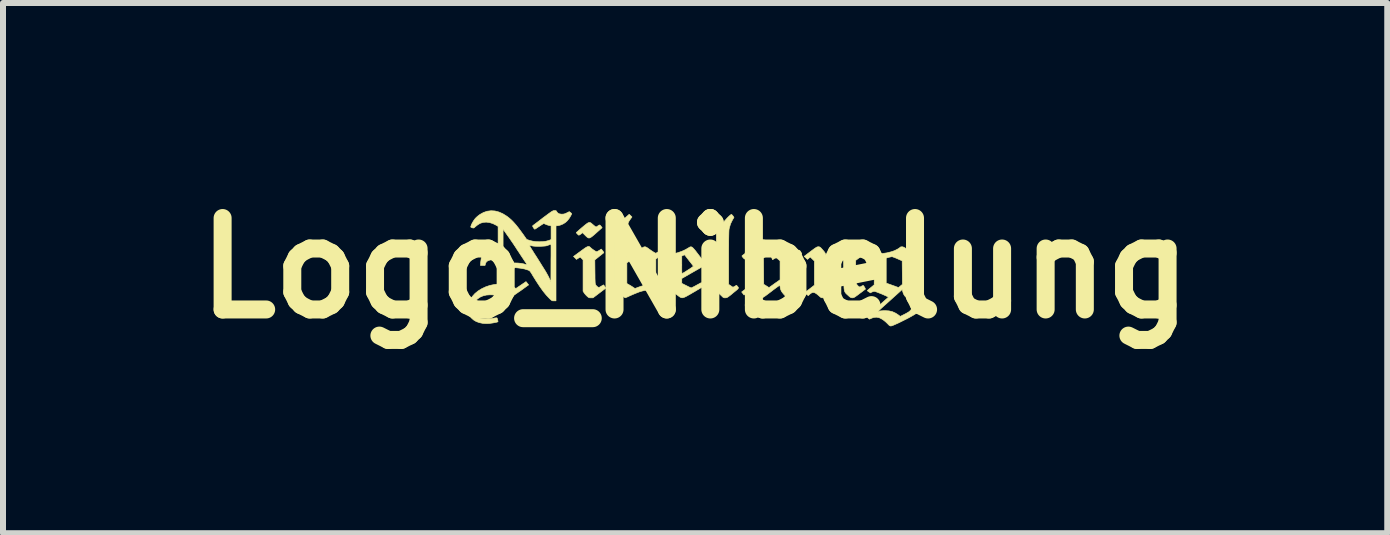
<source format=kicad_pcb>
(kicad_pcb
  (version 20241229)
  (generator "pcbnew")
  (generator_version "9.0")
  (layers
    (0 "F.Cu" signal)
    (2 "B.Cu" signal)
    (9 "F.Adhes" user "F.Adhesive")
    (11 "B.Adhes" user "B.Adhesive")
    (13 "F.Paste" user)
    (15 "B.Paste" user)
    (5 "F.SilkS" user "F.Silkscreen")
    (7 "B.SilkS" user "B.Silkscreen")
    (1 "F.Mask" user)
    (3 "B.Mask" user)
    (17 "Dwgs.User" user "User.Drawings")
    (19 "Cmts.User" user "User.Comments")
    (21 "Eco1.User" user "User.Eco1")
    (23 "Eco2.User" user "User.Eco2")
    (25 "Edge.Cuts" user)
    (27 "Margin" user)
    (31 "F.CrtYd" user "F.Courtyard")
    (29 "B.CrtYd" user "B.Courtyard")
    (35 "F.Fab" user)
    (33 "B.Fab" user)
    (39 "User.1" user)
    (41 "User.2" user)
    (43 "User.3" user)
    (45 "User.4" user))
  (footprint "Logo_Nibelung"
    (layer "F.Cu")
    (at 8.534 1.418)
    (property "Reference" "Logo_Nibelung" (at 0 0 0) (layer "F.SilkS") (effects (font (size 1.524 1.524) (thickness 0.3))))
    (attr through_hole)
    (fp_poly (pts (xy -1.746 -0.758) (xy -1.731 -0.749) (xy -1.714 -0.734) (xy -1.702 -0.724) (xy -1.682 -0.707) (xy -1.665 -0.694) (xy -1.654 -0.687) (xy -1.651 -0.686) (xy -1.642 -0.689) (xy -1.627 -0.698) (xy -1.624 -0.701) (xy -1.605 -0.714) (xy -1.593 -0.719) (xy -1.584 -0.716) (xy -1.574 -0.705) (xy -1.569 -0.699) (xy -1.549 -0.674) (xy -1.646 -0.588) (xy -1.683 -0.555) (xy -1.712 -0.531) (xy -1.735 -0.514) (xy -1.754 -0.504) (xy -1.769 -0.501) (xy -1.784 -0.505) (xy -1.799 -0.515) (xy -1.816 -0.53) (xy -1.832 -0.546) (xy -1.876 -0.59) (xy -1.892 -0.577) (xy -1.913 -0.561) (xy -1.927 -0.552) (xy -1.937 -0.549) (xy -1.945 -0.552) (xy -1.955 -0.561) (xy -1.959 -0.566) (xy -1.972 -0.579) (xy -1.979 -0.589) (xy -1.98 -0.592) (xy -1.975 -0.597) (xy -1.961 -0.609) (xy -1.941 -0.627) (xy -1.916 -0.649) (xy -1.887 -0.674) (xy -1.881 -0.679) (xy -1.844 -0.71) (xy -1.815 -0.733) (xy -1.793 -0.749) (xy -1.775 -0.758) (xy -1.76 -0.761) (xy -1.746 -0.758)) (stroke (width 0.01) (type solid)) (fill yes) (layer "F.SilkS"))
    (fp_poly (pts (xy -1.767 -0.36) (xy -1.757 -0.355) (xy -1.746 -0.346) (xy -1.743 -0.342) (xy -1.728 -0.329) (xy -1.708 -0.313) (xy -1.686 -0.298) (xy -1.665 -0.284) (xy -1.649 -0.276) (xy -1.641 -0.273) (xy -1.631 -0.276) (xy -1.615 -0.285) (xy -1.598 -0.295) (xy -1.563 -0.317) (xy -1.54 -0.288) (xy -1.528 -0.272) (xy -1.522 -0.26) (xy -1.522 -0.255) (xy -1.529 -0.25) (xy -1.544 -0.238) (xy -1.565 -0.221) (xy -1.59 -0.202) (xy -1.599 -0.194) (xy -1.671 -0.137) (xy -1.669 0.064) (xy -1.668 0.12) (xy -1.668 0.165) (xy -1.667 0.2) (xy -1.666 0.227) (xy -1.665 0.246) (xy -1.663 0.26) (xy -1.661 0.269) (xy -1.658 0.276) (xy -1.655 0.282) (xy -1.654 0.283) (xy -1.635 0.305) (xy -1.616 0.318) (xy -1.601 0.322) (xy -1.595 0.32) (xy -1.584 0.313) (xy -1.566 0.303) (xy -1.555 0.296) (xy -1.525 0.279) (xy -1.506 0.306) (xy -1.488 0.333) (xy -1.594 0.414) (xy -1.701 0.495) (xy -1.736 0.495) (xy -1.757 0.495) (xy -1.772 0.491) (xy -1.785 0.482) (xy -1.801 0.468) (xy -1.821 0.448) (xy -1.84 0.426) (xy -1.849 0.413) (xy -1.867 0.385) (xy -1.867 -0.137) (xy -1.891 -0.161) (xy -1.915 -0.184) (xy -1.946 -0.165) (xy -1.977 -0.145) (xy -2.001 -0.17) (xy -2.026 -0.194) (xy -1.912 -0.278) (xy -1.871 -0.308) (xy -1.839 -0.331) (xy -1.814 -0.347) (xy -1.794 -0.357) (xy -1.779 -0.361) (xy -1.767 -0.36)) (stroke (width 0.01) (type solid)) (fill yes) (layer "F.SilkS"))
    (fp_poly (pts (xy 0.613 -0.89) (xy 0.624 -0.878) (xy 0.631 -0.87) (xy 0.648 -0.845) (xy 0.623 -0.803) (xy 0.591 -0.738) (xy 0.57 -0.667) (xy 0.565 -0.641) (xy 0.564 -0.626) (xy 0.563 -0.6) (xy 0.562 -0.561) (xy 0.561 -0.513) (xy 0.56 -0.454) (xy 0.56 -0.387) (xy 0.559 -0.311) (xy 0.559 -0.227) (xy 0.559 -0.164) (xy 0.559 0.271) (xy 0.631 0.319) (xy 0.661 0.303) (xy 0.69 0.286) (xy 0.703 0.3) (xy 0.713 0.312) (xy 0.72 0.321) (xy 0.722 0.329) (xy 0.72 0.337) (xy 0.712 0.348) (xy 0.697 0.362) (xy 0.674 0.381) (xy 0.643 0.406) (xy 0.632 0.415) (xy 0.599 0.443) (xy 0.573 0.463) (xy 0.554 0.477) (xy 0.54 0.486) (xy 0.528 0.492) (xy 0.519 0.494) (xy 0.509 0.495) (xy 0.503 0.495) (xy 0.486 0.495) (xy 0.474 0.491) (xy 0.461 0.483) (xy 0.445 0.467) (xy 0.441 0.463) (xy 0.407 0.431) (xy 0.376 0.41) (xy 0.349 0.4) (xy 0.34 0.399) (xy 0.323 0.402) (xy 0.301 0.409) (xy 0.286 0.416) (xy 0.252 0.433) (xy 0.228 0.406) (xy 0.205 0.378) (xy 0.279 0.336) (xy 0.352 0.294) (xy 0.354 -0.197) (xy 0.354 -0.292) (xy 0.354 -0.376) (xy 0.354 -0.448) (xy 0.354 -0.511) (xy 0.354 -0.564) (xy 0.353 -0.608) (xy 0.353 -0.645) (xy 0.352 -0.675) (xy 0.351 -0.698) (xy 0.35 -0.717) (xy 0.348 -0.731) (xy 0.347 -0.738) (xy 0.338 -0.788) (xy 0.369 -0.803) (xy 0.399 -0.819) (xy 0.42 -0.771) (xy 0.43 -0.749) (xy 0.438 -0.733) (xy 0.444 -0.724) (xy 0.445 -0.724) (xy 0.45 -0.729) (xy 0.46 -0.742) (xy 0.474 -0.761) (xy 0.479 -0.769) (xy 0.494 -0.789) (xy 0.514 -0.811) (xy 0.535 -0.835) (xy 0.557 -0.857) (xy 0.578 -0.876) (xy 0.594 -0.889) (xy 0.605 -0.895) (xy 0.606 -0.895) (xy 0.613 -0.89)) (stroke (width 0.01) (type solid)) (fill yes) (layer "F.SilkS"))
    (fp_poly (pts (xy -0.062 -0.354) (xy -0.049 -0.348) (xy -0.034 -0.335) (xy -0.016 -0.315) (xy 0.007 -0.288) (xy 0.035 -0.251) (xy 0.055 -0.225) (xy 0.086 -0.185) (xy 0.11 -0.154) (xy 0.127 -0.129) (xy 0.14 -0.111) (xy 0.148 -0.097) (xy 0.153 -0.086) (xy 0.155 -0.077) (xy 0.156 -0.069) (xy 0.156 -0.043) (xy -0.033 0.065) (xy -0.222 0.173) (xy -0.222 0.254) (xy -0.146 0.292) (xy -0.118 0.306) (xy -0.093 0.318) (xy -0.075 0.326) (xy -0.066 0.33) (xy -0.065 0.33) (xy -0.058 0.327) (xy -0.041 0.319) (xy -0.018 0.308) (xy 0.01 0.293) (xy 0.022 0.286) (xy 0.104 0.242) (xy 0.125 0.266) (xy 0.137 0.28) (xy 0.144 0.292) (xy 0.146 0.295) (xy 0.14 0.3) (xy 0.125 0.31) (xy 0.102 0.325) (xy 0.072 0.344) (xy 0.036 0.365) (xy -0.004 0.389) (xy -0.02 0.398) (xy -0.071 0.428) (xy -0.113 0.452) (xy -0.147 0.471) (xy -0.174 0.484) (xy -0.195 0.491) (xy -0.213 0.495) (xy -0.229 0.493) (xy -0.244 0.487) (xy -0.259 0.478) (xy -0.277 0.465) (xy -0.292 0.453) (xy -0.324 0.43) (xy -0.354 0.409) (xy -0.381 0.394) (xy -0.402 0.384) (xy -0.413 0.381) (xy -0.423 0.383) (xy -0.44 0.39) (xy -0.458 0.398) (xy -0.496 0.415) (xy -0.519 0.392) (xy -0.532 0.378) (xy -0.539 0.369) (xy -0.539 0.366) (xy -0.533 0.362) (xy -0.519 0.352) (xy -0.498 0.338) (xy -0.478 0.325) (xy -0.419 0.285) (xy -0.419 -0.132) (xy -0.436 -0.143) (xy -0.451 -0.159) (xy -0.464 -0.182) (xy -0.468 -0.201) (xy -0.222 -0.201) (xy -0.222 -0.052) (xy -0.222 -0.004) (xy -0.222 0.034) (xy -0.221 0.06) (xy -0.22 0.078) (xy -0.218 0.088) (xy -0.215 0.092) (xy -0.214 0.091) (xy -0.206 0.086) (xy -0.19 0.076) (xy -0.166 0.062) (xy -0.138 0.044) (xy -0.116 0.03) (xy -0.08 0.007) (xy -0.053 -0.012) (xy -0.036 -0.025) (xy -0.029 -0.033) (xy -0.03 -0.034) (xy -0.035 -0.041) (xy -0.046 -0.056) (xy -0.063 -0.078) (xy -0.084 -0.105) (xy -0.104 -0.13) (xy -0.126 -0.159) (xy -0.146 -0.184) (xy -0.161 -0.204) (xy -0.172 -0.217) (xy -0.175 -0.221) (xy -0.181 -0.22) (xy -0.194 -0.214) (xy -0.199 -0.212) (xy -0.222 -0.201) (xy -0.468 -0.201) (xy -0.47 -0.207) (xy -0.47 -0.212) (xy -0.469 -0.219) (xy -0.465 -0.224) (xy -0.456 -0.227) (xy -0.438 -0.229) (xy -0.416 -0.231) (xy -0.353 -0.24) (xy -0.287 -0.257) (xy -0.221 -0.28) (xy -0.16 -0.308) (xy -0.121 -0.331) (xy -0.102 -0.342) (xy -0.087 -0.351) (xy -0.074 -0.355) (xy -0.062 -0.354)) (stroke (width 0.01) (type solid)) (fill yes) (layer "F.SilkS"))
    (fp_poly (pts (xy -1.052 -0.852) (xy -1.079 -0.815) (xy -1.091 -0.798) (xy -1.101 -0.782) (xy -1.11 -0.766) (xy -1.116 -0.748) (xy -1.122 -0.728) (xy -1.126 -0.704) (xy -1.129 -0.674) (xy -1.131 -0.638) (xy -1.133 -0.594) (xy -1.134 -0.541) (xy -1.135 -0.477) (xy -1.135 -0.433) (xy -1.136 -0.377) (xy -1.136 -0.325) (xy -1.136 -0.278) (xy -1.136 -0.238) (xy -1.136 -0.207) (xy -1.135 -0.184) (xy -1.134 -0.173) (xy -1.134 -0.171) (xy -1.128 -0.175) (xy -1.113 -0.185) (xy -1.09 -0.2) (xy -1.061 -0.219) (xy -1.027 -0.242) (xy -0.995 -0.263) (xy -0.951 -0.293) (xy -0.917 -0.316) (xy -0.89 -0.333) (xy -0.87 -0.344) (xy -0.855 -0.352) (xy -0.844 -0.355) (xy -0.839 -0.355) (xy -0.826 -0.354) (xy -0.81 -0.347) (xy -0.789 -0.334) (xy -0.762 -0.314) (xy -0.736 -0.296) (xy -0.711 -0.279) (xy -0.69 -0.266) (xy -0.68 -0.26) (xy -0.655 -0.247) (xy -0.563 -0.301) (xy -0.542 -0.276) (xy -0.53 -0.261) (xy -0.522 -0.25) (xy -0.521 -0.247) (xy -0.526 -0.243) (xy -0.539 -0.232) (xy -0.559 -0.218) (xy -0.584 -0.2) (xy -0.587 -0.198) (xy -0.654 -0.152) (xy -0.654 0.26) (xy -0.632 0.277) (xy -0.619 0.288) (xy -0.612 0.298) (xy -0.61 0.314) (xy -0.61 0.328) (xy -0.61 0.362) (xy -0.7 0.362) (xy -0.75 0.363) (xy -0.795 0.366) (xy -0.838 0.372) (xy -0.881 0.382) (xy -0.926 0.395) (xy -0.975 0.414) (xy -1.031 0.437) (xy -1.093 0.464) (xy -1.119 0.477) (xy -1.142 0.486) (xy -1.157 0.493) (xy -1.163 0.495) (xy -1.169 0.492) (xy -1.183 0.483) (xy -1.203 0.471) (xy -1.216 0.463) (xy -1.261 0.435) (xy -1.299 0.416) (xy -1.328 0.404) (xy -1.347 0.4) (xy -1.361 0.404) (xy -1.38 0.413) (xy -1.388 0.419) (xy -1.414 0.438) (xy -1.437 0.418) (xy -1.451 0.406) (xy -1.459 0.397) (xy -1.46 0.395) (xy -1.456 0.389) (xy -1.443 0.378) (xy -1.424 0.362) (xy -1.4 0.343) (xy -1.397 0.34) (xy -1.333 0.29) (xy -1.333 -0.088) (xy -1.137 -0.088) (xy -1.137 0.257) (xy -1.1 0.278) (xy -1.074 0.293) (xy -1.047 0.31) (xy -1.032 0.32) (xy -1.014 0.332) (xy -1.003 0.338) (xy -0.994 0.337) (xy -0.985 0.334) (xy -0.971 0.328) (xy -0.95 0.32) (xy -0.924 0.311) (xy -0.913 0.307) (xy -0.857 0.289) (xy -0.857 0.083) (xy -0.858 -0.124) (xy -0.916 -0.159) (xy -0.975 -0.194) (xy -1.056 -0.141) (xy -1.137 -0.088) (xy -1.333 -0.088) (xy -1.333 -0.2) (xy -1.333 -0.29) (xy -1.333 -0.368) (xy -1.333 -0.436) (xy -1.334 -0.494) (xy -1.334 -0.543) (xy -1.334 -0.585) (xy -1.335 -0.619) (xy -1.336 -0.648) (xy -1.337 -0.672) (xy -1.339 -0.692) (xy -1.341 -0.71) (xy -1.344 -0.726) (xy -1.347 -0.74) (xy -1.351 -0.755) (xy -1.355 -0.771) (xy -1.36 -0.789) (xy -1.363 -0.8) (xy -1.36 -0.81) (xy -1.347 -0.822) (xy -1.343 -0.824) (xy -1.319 -0.839) (xy -1.304 -0.825) (xy -1.293 -0.811) (xy -1.28 -0.791) (xy -1.271 -0.774) (xy -1.253 -0.739) (xy -1.219 -0.779) (xy -1.197 -0.804) (xy -1.171 -0.831) (xy -1.145 -0.855) (xy -1.141 -0.859) (xy -1.098 -0.897) (xy -1.052 -0.852)) (stroke (width 0.01) (type solid)) (fill yes) (layer "F.SilkS"))
    (fp_poly (pts (xy 1.032 -0.351) (xy 1.046 -0.341) (xy 1.062 -0.325) (xy 1.076 -0.31) (xy 1.092 -0.293) (xy 1.105 -0.279) (xy 1.115 -0.267) (xy 1.123 -0.254) (xy 1.129 -0.24) (xy 1.134 -0.223) (xy 1.137 -0.202) (xy 1.139 -0.175) (xy 1.14 -0.141) (xy 1.141 -0.098) (xy 1.141 -0.046) (xy 1.142 0.017) (xy 1.142 0.022) (xy 1.144 0.27) (xy 1.188 0.297) (xy 1.232 0.325) (xy 1.324 0.259) (xy 1.416 0.194) (xy 1.416 -0.12) (xy 1.387 -0.146) (xy 1.37 -0.159) (xy 1.357 -0.169) (xy 1.351 -0.171) (xy 1.342 -0.168) (xy 1.326 -0.161) (xy 1.317 -0.156) (xy 1.291 -0.14) (xy 1.277 -0.173) (xy 1.27 -0.191) (xy 1.266 -0.203) (xy 1.265 -0.206) (xy 1.319 -0.247) (xy 1.363 -0.28) (xy 1.399 -0.306) (xy 1.428 -0.326) (xy 1.451 -0.341) (xy 1.47 -0.35) (xy 1.485 -0.354) (xy 1.497 -0.354) (xy 1.508 -0.35) (xy 1.519 -0.342) (xy 1.531 -0.331) (xy 1.544 -0.316) (xy 1.549 -0.312) (xy 1.578 -0.283) (xy 1.602 -0.264) (xy 1.623 -0.253) (xy 1.643 -0.251) (xy 1.663 -0.256) (xy 1.688 -0.269) (xy 1.7 -0.277) (xy 1.718 -0.288) (xy 1.732 -0.296) (xy 1.738 -0.298) (xy 1.744 -0.293) (xy 1.754 -0.281) (xy 1.76 -0.271) (xy 1.777 -0.243) (xy 1.626 -0.132) (xy 1.626 0.243) (xy 1.662 0.281) (xy 1.699 0.319) (xy 1.747 0.296) (xy 1.766 0.318) (xy 1.776 0.332) (xy 1.782 0.342) (xy 1.783 0.344) (xy 1.777 0.349) (xy 1.764 0.36) (xy 1.743 0.377) (xy 1.717 0.398) (xy 1.688 0.421) (xy 1.687 0.422) (xy 1.654 0.447) (xy 1.629 0.466) (xy 1.61 0.48) (xy 1.596 0.488) (xy 1.585 0.493) (xy 1.575 0.495) (xy 1.564 0.495) (xy 1.562 0.495) (xy 1.545 0.494) (xy 1.532 0.491) (xy 1.52 0.481) (xy 1.504 0.465) (xy 1.474 0.432) (xy 1.452 0.405) (xy 1.437 0.382) (xy 1.427 0.359) (xy 1.42 0.334) (xy 1.416 0.305) (xy 1.415 0.297) (xy 1.414 0.293) (xy 1.411 0.29) (xy 1.406 0.291) (xy 1.397 0.295) (xy 1.384 0.304) (xy 1.364 0.318) (xy 1.338 0.337) (xy 1.303 0.363) (xy 1.271 0.388) (xy 1.23 0.419) (xy 1.197 0.444) (xy 1.171 0.463) (xy 1.151 0.476) (xy 1.137 0.486) (xy 1.125 0.491) (xy 1.116 0.494) (xy 1.108 0.495) (xy 1.103 0.495) (xy 1.088 0.494) (xy 1.074 0.489) (xy 1.059 0.479) (xy 1.038 0.462) (xy 1.035 0.46) (xy 0.999 0.432) (xy 0.966 0.412) (xy 0.937 0.399) (xy 0.915 0.396) (xy 0.91 0.396) (xy 0.896 0.402) (xy 0.875 0.412) (xy 0.854 0.424) (xy 0.816 0.449) (xy 0.796 0.423) (xy 0.776 0.398) (xy 0.858 0.337) (xy 0.94 0.277) (xy 0.94 -0.132) (xy 0.913 -0.162) (xy 0.886 -0.192) (xy 0.86 -0.173) (xy 0.844 -0.162) (xy 0.831 -0.153) (xy 0.828 -0.15) (xy 0.821 -0.153) (xy 0.81 -0.163) (xy 0.798 -0.176) (xy 0.787 -0.19) (xy 0.781 -0.201) (xy 0.781 -0.203) (xy 0.786 -0.208) (xy 0.8 -0.219) (xy 0.821 -0.235) (xy 0.848 -0.255) (xy 0.879 -0.277) (xy 0.885 -0.282) (xy 0.925 -0.31) (xy 0.957 -0.331) (xy 0.982 -0.346) (xy 1.001 -0.354) (xy 1.017 -0.355) (xy 1.032 -0.351)) (stroke (width 0.01) (type solid)) (fill yes) (layer "F.SilkS"))
    (fp_poly (pts (xy 2.561 -0.354) (xy 2.571 -0.352) (xy 2.572 -0.35) (xy 2.576 -0.342) (xy 2.587 -0.327) (xy 2.603 -0.309) (xy 2.621 -0.291) (xy 2.639 -0.275) (xy 2.65 -0.266) (xy 2.668 -0.255) (xy 2.684 -0.248) (xy 2.689 -0.248) (xy 2.701 -0.251) (xy 2.72 -0.259) (xy 2.742 -0.271) (xy 2.746 -0.274) (xy 2.789 -0.3) (xy 2.804 -0.282) (xy 2.816 -0.268) (xy 2.823 -0.257) (xy 2.825 -0.248) (xy 2.82 -0.238) (xy 2.809 -0.226) (xy 2.789 -0.211) (xy 2.76 -0.19) (xy 2.754 -0.186) (xy 2.677 -0.129) (xy 2.677 0.054) (xy 2.677 0.108) (xy 2.677 0.15) (xy 2.677 0.182) (xy 2.678 0.207) (xy 2.679 0.225) (xy 2.681 0.238) (xy 2.683 0.248) (xy 2.687 0.257) (xy 2.691 0.265) (xy 2.691 0.265) (xy 2.704 0.285) (xy 2.72 0.301) (xy 2.726 0.305) (xy 2.746 0.317) (xy 2.774 0.301) (xy 2.791 0.292) (xy 2.801 0.29) (xy 2.807 0.292) (xy 2.81 0.296) (xy 2.819 0.311) (xy 2.829 0.327) (xy 2.836 0.342) (xy 2.838 0.351) (xy 2.838 0.351) (xy 2.832 0.356) (xy 2.818 0.366) (xy 2.797 0.382) (xy 2.771 0.402) (xy 2.741 0.424) (xy 2.707 0.45) (xy 2.682 0.468) (xy 2.663 0.481) (xy 2.649 0.489) (xy 2.637 0.493) (xy 2.627 0.495) (xy 2.62 0.495) (xy 2.606 0.494) (xy 2.594 0.49) (xy 2.581 0.482) (xy 2.563 0.467) (xy 2.551 0.456) (xy 2.534 0.441) (xy 2.52 0.428) (xy 2.508 0.415) (xy 2.499 0.402) (xy 2.492 0.387) (xy 2.487 0.369) (xy 2.483 0.346) (xy 2.481 0.317) (xy 2.479 0.28) (xy 2.478 0.235) (xy 2.477 0.179) (xy 2.477 0.121) (xy 2.473 -0.122) (xy 2.437 -0.154) (xy 2.401 -0.185) (xy 2.296 -0.101) (xy 2.191 -0.017) (xy 2.191 0.127) (xy 2.191 0.27) (xy 2.223 0.291) (xy 2.24 0.302) (xy 2.254 0.309) (xy 2.259 0.311) (xy 2.267 0.308) (xy 2.282 0.301) (xy 2.291 0.297) (xy 2.317 0.283) (xy 2.337 0.301) (xy 2.349 0.315) (xy 2.355 0.326) (xy 2.356 0.328) (xy 2.351 0.334) (xy 2.337 0.346) (xy 2.317 0.364) (xy 2.29 0.385) (xy 2.26 0.409) (xy 2.251 0.416) (xy 2.211 0.446) (xy 2.18 0.468) (xy 2.155 0.484) (xy 2.135 0.493) (xy 2.119 0.496) (xy 2.104 0.493) (xy 2.089 0.484) (xy 2.073 0.47) (xy 2.061 0.459) (xy 2.027 0.431) (xy 1.999 0.413) (xy 1.973 0.406) (xy 1.95 0.409) (xy 1.927 0.422) (xy 1.91 0.436) (xy 1.887 0.459) (xy 1.858 0.438) (xy 1.842 0.425) (xy 1.832 0.416) (xy 1.829 0.412) (xy 1.834 0.407) (xy 1.847 0.396) (xy 1.867 0.38) (xy 1.891 0.36) (xy 1.908 0.347) (xy 1.988 0.285) (xy 1.988 -0.118) (xy 1.953 -0.152) (xy 1.919 -0.185) (xy 1.896 -0.165) (xy 1.873 -0.145) (xy 1.845 -0.17) (xy 1.818 -0.196) (xy 1.923 -0.276) (xy 1.959 -0.303) (xy 1.986 -0.323) (xy 2.007 -0.337) (xy 2.022 -0.347) (xy 2.034 -0.352) (xy 2.044 -0.355) (xy 2.054 -0.356) (xy 2.054 -0.356) (xy 2.067 -0.355) (xy 2.078 -0.351) (xy 2.089 -0.344) (xy 2.104 -0.329) (xy 2.118 -0.313) (xy 2.142 -0.286) (xy 2.159 -0.264) (xy 2.17 -0.246) (xy 2.177 -0.227) (xy 2.182 -0.204) (xy 2.186 -0.174) (xy 2.186 -0.172) (xy 2.194 -0.108) (xy 2.355 -0.232) (xy 2.399 -0.266) (xy 2.435 -0.294) (xy 2.463 -0.315) (xy 2.485 -0.33) (xy 2.502 -0.341) (xy 2.515 -0.349) (xy 2.525 -0.353) (xy 2.533 -0.355) (xy 2.541 -0.356) (xy 2.544 -0.356) (xy 2.561 -0.354)) (stroke (width 0.01) (type solid)) (fill yes) (layer "F.SilkS"))
    (fp_poly (pts (xy 3.46 -0.354) (xy 3.473 -0.35) (xy 3.489 -0.342) (xy 3.511 -0.329) (xy 3.54 -0.31) (xy 3.553 -0.302) (xy 3.586 -0.28) (xy 3.614 -0.263) (xy 3.635 -0.252) (xy 3.648 -0.248) (xy 3.648 -0.248) (xy 3.663 -0.25) (xy 3.683 -0.258) (xy 3.696 -0.264) (xy 3.713 -0.272) (xy 3.726 -0.278) (xy 3.73 -0.279) (xy 3.735 -0.275) (xy 3.745 -0.262) (xy 3.752 -0.252) (xy 3.771 -0.224) (xy 3.715 -0.183) (xy 3.658 -0.143) (xy 3.658 0.093) (xy 3.658 0.329) (xy 3.698 0.369) (xy 3.732 0.408) (xy 3.755 0.446) (xy 3.77 0.488) (xy 3.776 0.535) (xy 3.777 0.54) (xy 3.775 0.596) (xy 3.764 0.646) (xy 3.742 0.69) (xy 3.709 0.731) (xy 3.681 0.757) (xy 3.663 0.769) (xy 3.637 0.785) (xy 3.604 0.804) (xy 3.566 0.825) (xy 3.524 0.847) (xy 3.48 0.869) (xy 3.436 0.891) (xy 3.394 0.912) (xy 3.354 0.93) (xy 3.32 0.945) (xy 3.292 0.957) (xy 3.272 0.963) (xy 3.264 0.965) (xy 3.251 0.963) (xy 3.239 0.957) (xy 3.226 0.946) (xy 3.208 0.927) (xy 3.18 0.9) (xy 3.148 0.873) (xy 3.114 0.85) (xy 3.082 0.833) (xy 3.065 0.826) (xy 3.021 0.818) (xy 2.976 0.823) (xy 2.943 0.834) (xy 2.906 0.851) (xy 2.883 0.833) (xy 2.87 0.821) (xy 2.862 0.811) (xy 2.861 0.808) (xy 2.865 0.803) (xy 2.878 0.79) (xy 2.899 0.771) (xy 2.926 0.746) (xy 2.952 0.723) (xy 3.046 0.723) (xy 3.074 0.716) (xy 3.093 0.713) (xy 3.12 0.711) (xy 3.15 0.709) (xy 3.165 0.709) (xy 3.231 0.713) (xy 3.29 0.727) (xy 3.344 0.752) (xy 3.391 0.783) (xy 3.419 0.805) (xy 3.487 0.771) (xy 3.516 0.756) (xy 3.542 0.741) (xy 3.563 0.728) (xy 3.574 0.72) (xy 3.599 0.693) (xy 3.614 0.661) (xy 3.619 0.628) (xy 3.613 0.6) (xy 3.606 0.589) (xy 3.592 0.571) (xy 3.573 0.549) (xy 3.551 0.525) (xy 3.547 0.522) (xy 3.52 0.493) (xy 3.5 0.471) (xy 3.487 0.453) (xy 3.477 0.437) (xy 3.469 0.42) (xy 3.463 0.399) (xy 3.461 0.393) (xy 3.451 0.357) (xy 3.264 0.525) (xy 3.222 0.563) (xy 3.183 0.598) (xy 3.147 0.63) (xy 3.116 0.658) (xy 3.091 0.681) (xy 3.073 0.697) (xy 3.062 0.707) (xy 3.061 0.708) (xy 3.046 0.723) (xy 2.952 0.723) (xy 2.959 0.717) (xy 2.996 0.684) (xy 3.036 0.649) (xy 3.04 0.646) (xy 3.081 0.61) (xy 3.118 0.577) (xy 3.151 0.548) (xy 3.179 0.523) (xy 3.201 0.504) (xy 3.215 0.491) (xy 3.221 0.485) (xy 3.221 0.485) (xy 3.216 0.481) (xy 3.202 0.473) (xy 3.18 0.462) (xy 3.152 0.45) (xy 3.121 0.436) (xy 3.089 0.423) (xy 3.058 0.411) (xy 3.03 0.4) (xy 3.007 0.392) (xy 2.992 0.388) (xy 2.988 0.387) (xy 2.968 0.391) (xy 2.947 0.399) (xy 2.944 0.4) (xy 2.922 0.413) (xy 2.896 0.396) (xy 2.881 0.386) (xy 2.872 0.378) (xy 2.871 0.375) (xy 2.875 0.37) (xy 2.888 0.358) (xy 2.907 0.342) (xy 2.928 0.325) (xy 2.985 0.278) (xy 2.985 -0.128) (xy 2.968 -0.141) (xy 2.95 -0.163) (xy 2.948 -0.167) (xy 3.185 -0.167) (xy 3.185 0.25) (xy 3.286 0.286) (xy 3.32 0.298) (xy 3.349 0.309) (xy 3.371 0.317) (xy 3.386 0.322) (xy 3.39 0.323) (xy 3.395 0.32) (xy 3.408 0.31) (xy 3.423 0.297) (xy 3.455 0.271) (xy 3.453 0.075) (xy 3.451 -0.121) (xy 3.372 -0.156) (xy 3.342 -0.169) (xy 3.315 -0.179) (xy 3.294 -0.187) (xy 3.282 -0.19) (xy 3.28 -0.19) (xy 3.268 -0.188) (xy 3.247 -0.184) (xy 3.226 -0.179) (xy 3.185 -0.167) (xy 2.948 -0.167) (xy 2.937 -0.19) (xy 2.934 -0.215) (xy 2.934 -0.233) (xy 3.034 -0.237) (xy 3.12 -0.243) (xy 3.197 -0.254) (xy 3.265 -0.271) (xy 3.302 -0.283) (xy 3.33 -0.294) (xy 3.358 -0.308) (xy 3.384 -0.322) (xy 3.405 -0.336) (xy 3.418 -0.347) (xy 3.419 -0.349) (xy 3.428 -0.353) (xy 3.444 -0.355) (xy 3.448 -0.356) (xy 3.46 -0.354)) (stroke (width 0.01) (type solid)) (fill yes) (layer "F.SilkS"))
    (fp_poly (pts (xy -2.324 -0.958) (xy -2.314 -0.954) (xy -2.307 -0.945) (xy -2.306 -0.941) (xy -2.29 -0.92) (xy -2.265 -0.905) (xy -2.23 -0.899) (xy -2.219 -0.899) (xy -2.195 -0.9) (xy -2.173 -0.905) (xy -2.149 -0.915) (xy -2.139 -0.92) (xy -2.097 -0.941) (xy -2.077 -0.927) (xy -2.065 -0.916) (xy -2.058 -0.908) (xy -2.057 -0.906) (xy -2.061 -0.894) (xy -2.071 -0.875) (xy -2.084 -0.852) (xy -2.1 -0.827) (xy -2.117 -0.805) (xy -2.129 -0.79) (xy -2.163 -0.759) (xy -2.204 -0.734) (xy -2.248 -0.716) (xy -2.282 -0.708) (xy -2.318 -0.704) (xy -2.318 0.546) (xy -2.352 0.546) (xy -2.368 0.546) (xy -2.38 0.544) (xy -2.392 0.538) (xy -2.405 0.527) (xy -2.423 0.51) (xy -2.43 0.503) (xy -2.479 0.451) (xy -2.532 0.386) (xy -2.587 0.309) (xy -2.646 0.22) (xy -2.708 0.12) (xy -2.708 0.119) (xy -2.726 0.089) (xy -2.74 0.068) (xy -2.75 0.054) (xy -2.76 0.045) (xy -2.77 0.038) (xy -2.783 0.033) (xy -2.786 0.032) (xy -2.844 0.014) (xy -2.91 0.002) (xy -2.981 -0.006) (xy -3.032 -0.007) (xy -3.067 -0.006) (xy -3.102 -0.005) (xy -3.132 -0.003) (xy -3.153 -0.000172) (xy -3.174 0.003) (xy -3.189 0.006) (xy -3.196 0.006) (xy -3.197 0.012) (xy -3.198 0.029) (xy -3.199 0.055) (xy -3.2 0.088) (xy -3.2 0.126) (xy -3.2 0.136) (xy -3.2 0.266) (xy -3.177 0.27) (xy -3.104 0.286) (xy -3.036 0.313) (xy -3.031 0.316) (xy -2.985 0.339) (xy -2.901 0.282) (xy -2.818 0.225) (xy -2.797 0.251) (xy -2.785 0.266) (xy -2.777 0.276) (xy -2.775 0.279) (xy -2.78 0.284) (xy -2.795 0.294) (xy -2.817 0.31) (xy -2.846 0.331) (xy -2.88 0.356) (xy -2.918 0.383) (xy -2.941 0.398) (xy -3.106 0.514) (xy -3.145 0.514) (xy -3.165 0.513) (xy -3.184 0.51) (xy -3.204 0.503) (xy -3.23 0.492) (xy -3.241 0.486) (xy -3.285 0.467) (xy -3.324 0.454) (xy -3.363 0.447) (xy -3.408 0.445) (xy -3.418 0.445) (xy -3.479 0.449) (xy -3.535 0.463) (xy -3.585 0.485) (xy -3.628 0.515) (xy -3.662 0.551) (xy -3.68 0.581) (xy -3.69 0.604) (xy -3.695 0.626) (xy -3.697 0.652) (xy -3.697 0.662) (xy -3.693 0.711) (xy -3.681 0.751) (xy -3.66 0.784) (xy -3.631 0.809) (xy -3.59 0.829) (xy -3.579 0.833) (xy -3.551 0.839) (xy -3.513 0.843) (xy -3.47 0.844) (xy -3.425 0.843) (xy -3.381 0.838) (xy -3.359 0.835) (xy -3.335 0.831) (xy -3.315 0.829) (xy -3.304 0.829) (xy -3.302 0.83) (xy -3.297 0.839) (xy -3.292 0.855) (xy -3.288 0.873) (xy -3.285 0.887) (xy -3.285 0.894) (xy -3.295 0.898) (xy -3.313 0.903) (xy -3.339 0.908) (xy -3.368 0.914) (xy -3.398 0.918) (xy -3.425 0.922) (xy -3.439 0.923) (xy -3.471 0.924) (xy -3.508 0.923) (xy -3.537 0.921) (xy -3.596 0.909) (xy -3.648 0.89) (xy -3.693 0.863) (xy -3.729 0.83) (xy -3.755 0.791) (xy -3.766 0.763) (xy -3.775 0.713) (xy -3.776 0.657) (xy -3.77 0.602) (xy -3.756 0.549) (xy -3.744 0.522) (xy -3.711 0.471) (xy -3.668 0.423) (xy -3.615 0.38) (xy -3.555 0.343) (xy -3.489 0.312) (xy -3.418 0.288) (xy -3.344 0.273) (xy -3.319 0.27) (xy -3.283 0.266) (xy -3.283 -0.072) (xy -3.2 -0.072) (xy -3.17 -0.077) (xy -3.119 -0.083) (xy -3.063 -0.086) (xy -3.006 -0.086) (xy -2.951 -0.084) (xy -2.901 -0.079) (xy -2.859 -0.071) (xy -2.844 -0.067) (xy -2.82 -0.06) (xy -2.807 -0.058) (xy -2.803 -0.061) (xy -2.805 -0.065) (xy -2.81 -0.073) (xy -2.821 -0.09) (xy -2.836 -0.112) (xy -2.854 -0.139) (xy -2.863 -0.153) (xy -2.886 -0.187) (xy -2.913 -0.228) (xy -2.941 -0.271) (xy -2.968 -0.311) (xy -2.978 -0.327) (xy -3.003 -0.366) (xy -3.011 -0.378) (xy -2.761 -0.378) (xy -2.759 -0.372) (xy -2.75 -0.357) (xy -2.737 -0.335) (xy -2.719 -0.306) (xy -2.698 -0.273) (xy -2.688 -0.256) (xy -2.642 -0.185) (xy -2.603 -0.123) (xy -2.57 -0.07) (xy -2.542 -0.025) (xy -2.518 0.013) (xy -2.498 0.045) (xy -2.482 0.072) (xy -2.469 0.095) (xy -2.458 0.115) (xy -2.448 0.133) (xy -2.44 0.149) (xy -2.435 0.16) (xy -2.403 0.227) (xy -2.402 -0.084) (xy -2.402 -0.146) (xy -2.401 -0.204) (xy -2.401 -0.256) (xy -2.401 -0.302) (xy -2.401 -0.34) (xy -2.401 -0.37) (xy -2.402 -0.389) (xy -2.402 -0.397) (xy -2.402 -0.398) (xy -2.409 -0.396) (xy -2.423 -0.391) (xy -2.444 -0.383) (xy -2.445 -0.383) (xy -2.463 -0.376) (xy -2.48 -0.371) (xy -2.499 -0.368) (xy -2.523 -0.366) (xy -2.555 -0.364) (xy -2.578 -0.363) (xy -2.627 -0.363) (xy -2.666 -0.364) (xy -2.698 -0.367) (xy -2.715 -0.37) (xy -2.737 -0.375) (xy -2.753 -0.377) (xy -2.761 -0.378) (xy -2.761 -0.378) (xy -3.011 -0.378) (xy -3.032 -0.409) (xy -3.061 -0.451) (xy -3.087 -0.489) (xy -3.096 -0.502) (xy -3.118 -0.533) (xy -3.14 -0.564) (xy -3.159 -0.591) (xy -3.173 -0.611) (xy -3.177 -0.616) (xy -3.2 -0.651) (xy -3.2 -0.361) (xy -3.2 -0.072) (xy -3.283 -0.072) (xy -3.283 -0.12) (xy -3.304 -0.126) (xy -3.339 -0.134) (xy -3.376 -0.137) (xy -3.409 -0.136) (xy -3.423 -0.133) (xy -3.456 -0.121) (xy -3.478 -0.104) (xy -3.491 -0.081) (xy -3.494 -0.072) (xy -3.501 -0.044) (xy -3.577 -0.044) (xy -3.573 -0.1) (xy -3.564 -0.164) (xy -3.546 -0.219) (xy -3.518 -0.265) (xy -3.482 -0.302) (xy -3.465 -0.314) (xy -3.434 -0.331) (xy -3.401 -0.342) (xy -3.363 -0.348) (xy -3.329 -0.349) (xy -3.283 -0.349) (xy -3.283 -0.695) (xy -3.31 -0.712) (xy -3.368 -0.741) (xy -3.425 -0.759) (xy -3.48 -0.766) (xy -3.532 -0.762) (xy -3.58 -0.747) (xy -3.611 -0.729) (xy -3.634 -0.713) (xy -3.655 -0.696) (xy -3.669 -0.684) (xy -3.682 -0.672) (xy -3.692 -0.668) (xy -3.706 -0.67) (xy -3.715 -0.672) (xy -3.731 -0.678) (xy -3.738 -0.684) (xy -3.738 -0.693) (xy -3.737 -0.697) (xy -3.727 -0.725) (xy -3.711 -0.757) (xy -3.691 -0.79) (xy -3.67 -0.819) (xy -3.662 -0.829) (xy -3.642 -0.849) (xy -3.615 -0.872) (xy -3.588 -0.892) (xy -3.586 -0.894) (xy -3.526 -0.927) (xy -3.464 -0.948) (xy -3.4 -0.956) (xy -3.335 -0.952) (xy -3.27 -0.935) (xy -3.204 -0.906) (xy -3.138 -0.865) (xy -3.131 -0.86) (xy -3.094 -0.831) (xy -3.058 -0.799) (xy -3.023 -0.763) (xy -2.986 -0.721) (xy -2.946 -0.671) (xy -2.903 -0.613) (xy -2.865 -0.561) (xy -2.807 -0.478) (xy -2.754 -0.46) (xy -2.707 -0.449) (xy -2.653 -0.441) (xy -2.596 -0.439) (xy -2.539 -0.441) (xy -2.486 -0.448) (xy -2.439 -0.46) (xy -2.424 -0.466) (xy -2.4 -0.476) (xy -2.4 -0.59) (xy -2.4 -0.704) (xy -2.434 -0.711) (xy -2.459 -0.718) (xy -2.483 -0.727) (xy -2.492 -0.731) (xy -2.509 -0.738) (xy -2.521 -0.743) (xy -2.523 -0.743) (xy -2.53 -0.74) (xy -2.545 -0.73) (xy -2.567 -0.716) (xy -2.592 -0.699) (xy -2.598 -0.695) (xy -2.624 -0.678) (xy -2.646 -0.663) (xy -2.662 -0.653) (xy -2.671 -0.648) (xy -2.671 -0.648) (xy -2.679 -0.653) (xy -2.689 -0.665) (xy -2.698 -0.68) (xy -2.706 -0.694) (xy -2.708 -0.703) (xy -2.707 -0.705) (xy -2.701 -0.71) (xy -2.686 -0.722) (xy -2.663 -0.739) (xy -2.634 -0.761) (xy -2.6 -0.787) (xy -2.562 -0.816) (xy -2.538 -0.835) (xy -2.492 -0.869) (xy -2.456 -0.896) (xy -2.427 -0.917) (xy -2.405 -0.933) (xy -2.388 -0.944) (xy -2.375 -0.951) (xy -2.365 -0.956) (xy -2.356 -0.958) (xy -2.348 -0.959) (xy -2.343 -0.959) (xy -2.324 -0.958)) (stroke (width 0.01) (type solid)) (fill yes) (layer "F.SilkS")))
  (gr_rect
    (start -3 -3)
    (end 20.069 5.836)
    (stroke (width 0.1) (type default))
    (fill no)
    (layer "Edge.Cuts")))
</source>
